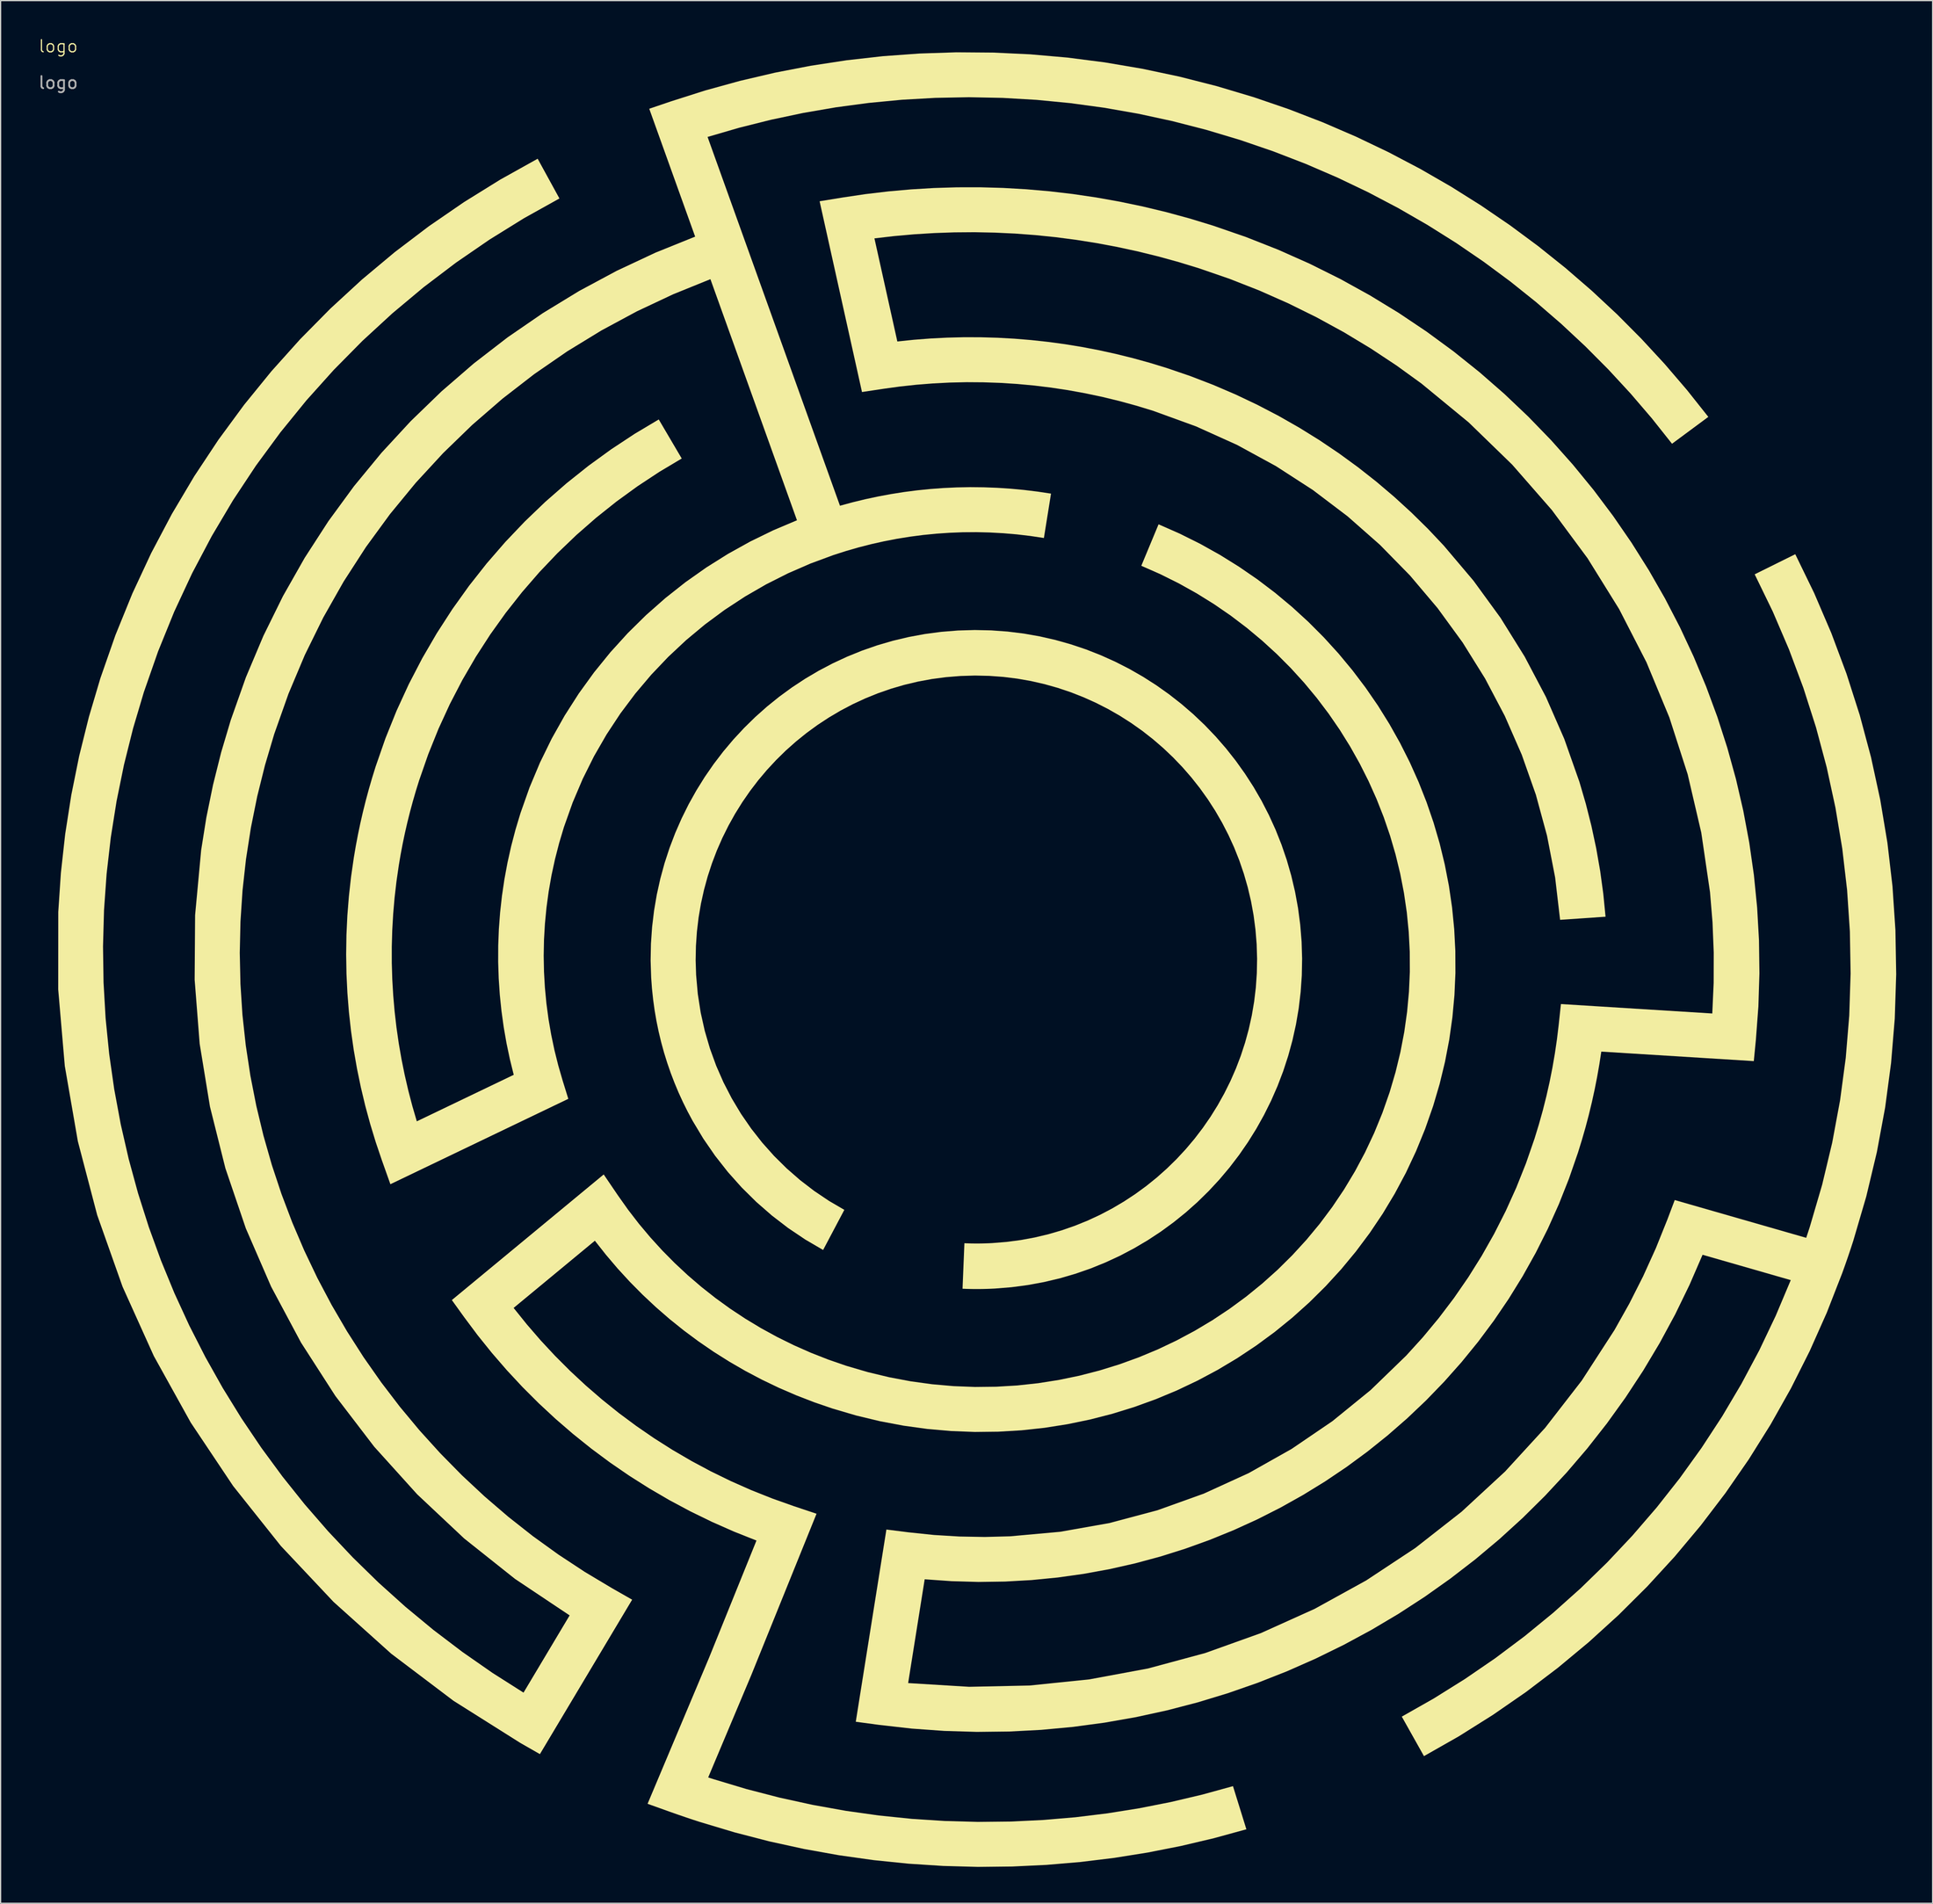
<source format=kicad_pcb>
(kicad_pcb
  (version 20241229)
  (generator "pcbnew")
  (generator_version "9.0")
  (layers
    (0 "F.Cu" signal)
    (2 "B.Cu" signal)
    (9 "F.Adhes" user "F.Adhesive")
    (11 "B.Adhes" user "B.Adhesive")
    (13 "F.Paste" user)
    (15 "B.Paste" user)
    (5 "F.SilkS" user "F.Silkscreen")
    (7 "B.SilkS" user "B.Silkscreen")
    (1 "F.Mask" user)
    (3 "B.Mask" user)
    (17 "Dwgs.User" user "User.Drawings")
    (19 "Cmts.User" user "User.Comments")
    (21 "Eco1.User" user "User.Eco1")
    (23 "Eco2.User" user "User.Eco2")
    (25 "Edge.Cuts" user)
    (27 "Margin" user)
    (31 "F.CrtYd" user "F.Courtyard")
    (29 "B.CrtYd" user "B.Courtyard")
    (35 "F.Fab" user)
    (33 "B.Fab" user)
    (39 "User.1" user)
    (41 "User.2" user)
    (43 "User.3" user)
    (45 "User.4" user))
  (footprint "logo"
    (layer "F.Cu")
    (at 1.744 1.26)
    (property "Reference" "logo" (at 0 -0.5 0) (unlocked yes) (layer "F.SilkS") (effects (font (size 1 1) (thickness 0.1))))
    (fp_poly (pts (xy 92.349 39.648) (xy 94.032 40.486) (xy 95.661 41.396) (xy 97.234 42.375) (xy 98.751 43.418) (xy 100.21 44.525) (xy 101.609 45.693) (xy 102.948 46.918) (xy 104.224 48.198) (xy 105.436 49.531) (xy 106.584 50.914) (xy 107.665 52.344) (xy 108.679 53.818) (xy 109.623 55.335) (xy 110.497 56.891) (xy 111.299 58.483) (xy 112.027 60.11) (xy 112.681 61.768) (xy 113.259 63.455) (xy 113.76 65.168) (xy 114.181 66.904) (xy 114.523 68.662) (xy 114.783 70.438) (xy 114.96 72.229) (xy 115.052 74.033) (xy 115.059 75.848) (xy 114.979 77.67) (xy 114.81 79.498) (xy 114.552 81.328) (xy 114.202 83.157) (xy 113.76 84.984) (xy 113.223 86.806) (xy 112.563 88.693) (xy 111.815 90.525) (xy 110.982 92.3) (xy 110.066 94.015) (xy 109.072 95.67) (xy 108.002 97.262) (xy 106.859 98.791) (xy 105.647 100.255) (xy 104.368 101.651) (xy 103.026 102.98) (xy 101.624 104.238) (xy 100.165 105.425) (xy 98.651 106.538) (xy 97.087 107.577) (xy 95.475 108.54) (xy 93.818 109.425) (xy 92.12 110.231) (xy 90.383 110.955) (xy 88.611 111.597) (xy 86.806 112.156) (xy 84.973 112.628) (xy 83.113 113.013) (xy 81.23 113.31) (xy 79.328 113.516) (xy 77.409 113.63) (xy 75.476 113.651) (xy 73.533 113.577) (xy 71.582 113.406) (xy 69.627 113.137) (xy 67.671 112.768) (xy 65.717 112.298) (xy 63.768 111.725) (xy 62.263 111.209) (xy 60.793 110.64) (xy 59.357 110.02) (xy 57.956 109.348) (xy 56.592 108.628) (xy 55.265 107.86) (xy 53.975 107.047) (xy 52.724 106.188) (xy 51.512 105.287) (xy 50.34 104.345) (xy 49.209 103.362) (xy 48.119 102.34) (xy 47.072 101.282) (xy 46.068 100.188) (xy 45.109 99.059) (xy 44.193 97.899) (xy 37.502 103.435) (xy 38.594 104.793) (xy 39.735 106.114) (xy 40.927 107.395) (xy 42.167 108.635) (xy 43.455 109.833) (xy 44.791 110.987) (xy 46.172 112.096) (xy 47.6 113.157) (xy 49.072 114.17) (xy 50.587 115.132) (xy 52.146 116.042) (xy 53.747 116.899) (xy 55.389 117.7) (xy 57.071 118.445) (xy 58.794 119.131) (xy 60.555 119.757) (xy 62.447 120.39) (xy 57.076 133.674) (xy 53.525 142.112) (xy 53.744 142.184) (xy 53.963 142.254) (xy 56.68 143.07) (xy 59.402 143.776) (xy 62.128 144.373) (xy 64.855 144.863) (xy 67.581 145.247) (xy 70.302 145.526) (xy 73.017 145.701) (xy 75.723 145.774) (xy 78.417 145.747) (xy 81.097 145.619) (xy 83.761 145.393) (xy 86.405 145.07) (xy 89.028 144.651) (xy 91.626 144.137) (xy 94.198 143.53) (xy 96.741 142.831) (xy 97.845 146.383) (xy 95.169 147.118) (xy 92.462 147.757) (xy 89.728 148.297) (xy 86.968 148.738) (xy 84.185 149.078) (xy 81.382 149.316) (xy 78.561 149.45) (xy 75.726 149.48) (xy 72.879 149.403) (xy 70.022 149.218) (xy 67.158 148.925) (xy 64.29 148.521) (xy 61.421 148.006) (xy 58.553 147.378) (xy 55.689 146.635) (xy 52.832 145.777) (xy 52.22 145.578) (xy 51.61 145.373) (xy 51.003 145.165) (xy 50.399 144.952) (xy 48.534 144.284) (xy 53.598 132.249) (xy 57.501 122.597) (xy 55.644 121.859) (xy 53.831 121.057) (xy 52.06 120.194) (xy 50.334 119.271) (xy 48.654 118.29) (xy 47.019 117.254) (xy 45.432 116.163) (xy 43.893 115.019) (xy 42.403 113.824) (xy 40.963 112.581) (xy 39.573 111.29) (xy 38.235 109.953) (xy 36.95 108.572) (xy 35.719 107.149) (xy 34.542 105.686) (xy 33.421 104.184) (xy 32.416 102.787) (xy 44.921 92.44) (xy 46.092 94.165) (xy 46.932 95.35) (xy 47.82 96.502) (xy 48.757 97.618) (xy 49.741 98.699) (xy 50.771 99.741) (xy 51.846 100.744) (xy 52.966 101.705) (xy 54.129 102.623) (xy 55.335 103.496) (xy 56.583 104.322) (xy 57.872 105.1) (xy 59.201 105.827) (xy 60.569 106.503) (xy 61.975 107.125) (xy 63.419 107.692) (xy 64.899 108.203) (xy 66.663 108.721) (xy 68.431 109.146) (xy 70.2 109.48) (xy 71.969 109.723) (xy 73.734 109.878) (xy 75.492 109.945) (xy 77.241 109.926) (xy 78.977 109.823) (xy 80.699 109.636) (xy 82.402 109.368) (xy 84.084 109.02) (xy 85.743 108.592) (xy 87.376 108.087) (xy 88.979 107.506) (xy 90.551 106.851) (xy 92.087 106.122) (xy 93.586 105.321) (xy 95.045 104.45) (xy 96.46 103.51) (xy 97.83 102.502) (xy 99.15 101.428) (xy 100.419 100.29) (xy 101.633 99.088) (xy 102.79 97.824) (xy 103.887 96.5) (xy 104.92 95.117) (xy 105.889 93.676) (xy 106.788 92.179) (xy 107.616 90.627) (xy 108.37 89.022) (xy 109.048 87.364) (xy 109.645 85.657) (xy 109.645 85.657) (xy 110.13 84.009) (xy 110.53 82.356) (xy 110.847 80.701) (xy 111.08 79.045) (xy 111.233 77.392) (xy 111.306 75.743) (xy 111.299 74.101) (xy 111.215 72.469) (xy 111.055 70.848) (xy 110.82 69.241) (xy 110.511 67.651) (xy 110.13 66.08) (xy 109.677 64.53) (xy 109.154 63.004) (xy 108.563 61.504) (xy 107.904 60.032) (xy 107.178 58.591) (xy 106.388 57.183) (xy 105.534 55.811) (xy 104.617 54.477) (xy 103.639 53.183) (xy 102.601 51.932) (xy 101.504 50.727) (xy 100.349 49.568) (xy 99.138 48.46) (xy 97.873 47.404) (xy 96.553 46.402) (xy 95.181 45.458) (xy 93.757 44.573) (xy 92.284 43.75) (xy 90.761 42.991) (xy 89.192 42.298) (xy 90.613 38.882)) (stroke (width -0.000001) (type solid)) (fill yes) (layer "F.SilkS"))
    (fp_poly (pts (xy 76.84 47.62) (xy 78.19 47.718) (xy 79.522 47.884) (xy 80.835 48.116) (xy 82.126 48.411) (xy 83.394 48.769) (xy 84.638 49.187) (xy 85.854 49.665) (xy 87.043 50.2) (xy 88.201 50.791) (xy 89.327 51.436) (xy 90.419 52.134) (xy 91.476 52.884) (xy 92.495 53.682) (xy 93.475 54.528) (xy 94.415 55.421) (xy 95.312 56.358) (xy 96.164 57.338) (xy 96.97 58.36) (xy 97.728 59.422) (xy 98.437 60.521) (xy 99.094 61.657) (xy 99.697 62.829) (xy 100.246 64.033) (xy 100.737 65.269) (xy 101.17 66.536) (xy 101.542 67.831) (xy 101.853 69.152) (xy 102.099 70.499) (xy 102.279 71.87) (xy 102.392 73.263) (xy 102.435 74.66) (xy 102.409 76.042) (xy 102.314 77.408) (xy 102.154 78.756) (xy 101.928 80.083) (xy 101.639 81.389) (xy 101.288 82.672) (xy 100.878 83.929) (xy 100.409 85.159) (xy 99.883 86.36) (xy 99.301 87.531) (xy 98.666 88.669) (xy 97.979 89.772) (xy 97.241 90.84) (xy 96.454 91.87) (xy 95.62 92.86) (xy 94.74 93.808) (xy 93.816 94.714) (xy 92.85 95.574) (xy 91.842 96.387) (xy 90.795 97.152) (xy 89.71 97.866) (xy 88.588 98.528) (xy 87.433 99.136) (xy 86.243 99.688) (xy 85.023 100.183) (xy 83.772 100.618) (xy 82.494 100.992) (xy 81.188 101.302) (xy 79.858 101.548) (xy 78.503 101.728) (xy 77.127 101.839) (xy 76.793 101.855) (xy 76.459 101.867) (xy 76.125 101.875) (xy 75.793 101.879) (xy 75.461 101.879) (xy 75.13 101.874) (xy 74.8 101.866) (xy 74.471 101.853) (xy 74.625 98.105) (xy 74.909 98.116) (xy 75.193 98.124) (xy 75.479 98.127) (xy 75.765 98.128) (xy 76.052 98.124) (xy 76.34 98.117) (xy 76.628 98.107) (xy 76.918 98.093) (xy 78.104 97.997) (xy 79.271 97.843) (xy 80.417 97.631) (xy 81.542 97.363) (xy 82.644 97.041) (xy 83.722 96.666) (xy 84.774 96.24) (xy 85.799 95.764) (xy 86.795 95.24) (xy 87.761 94.669) (xy 88.696 94.054) (xy 89.599 93.395) (xy 90.467 92.694) (xy 91.3 91.952) (xy 92.097 91.172) (xy 92.855 90.355) (xy 93.574 89.502) (xy 94.252 88.614) (xy 94.888 87.694) (xy 95.48 86.743) (xy 96.027 85.762) (xy 96.528 84.754) (xy 96.982 83.718) (xy 97.386 82.658) (xy 97.74 81.575) (xy 98.042 80.47) (xy 98.291 79.344) (xy 98.485 78.2) (xy 98.624 77.038) (xy 98.705 75.861) (xy 98.728 74.67) (xy 98.691 73.466) (xy 98.691 73.466) (xy 98.593 72.266) (xy 98.438 71.085) (xy 98.226 69.924) (xy 97.958 68.785) (xy 97.637 67.669) (xy 97.264 66.577) (xy 96.841 65.512) (xy 96.368 64.474) (xy 95.848 63.465) (xy 95.282 62.485) (xy 94.672 61.538) (xy 94.018 60.623) (xy 93.324 59.743) (xy 92.589 58.898) (xy 91.816 58.09) (xy 91.006 57.321) (xy 90.162 56.592) (xy 89.283 55.903) (xy 88.372 55.258) (xy 87.431 54.656) (xy 86.461 54.1) (xy 85.463 53.591) (xy 84.439 53.13) (xy 83.39 52.718) (xy 82.318 52.357) (xy 81.225 52.049) (xy 80.113 51.794) (xy 78.981 51.595) (xy 77.833 51.452) (xy 76.67 51.367) (xy 75.493 51.341) (xy 74.303 51.376) (xy 73.117 51.472) (xy 71.95 51.626) (xy 70.803 51.838) (xy 69.678 52.106) (xy 68.576 52.428) (xy 67.499 52.803) (xy 66.447 53.229) (xy 65.422 53.705) (xy 64.426 54.229) (xy 63.46 54.8) (xy 62.524 55.415) (xy 61.622 56.074) (xy 60.754 56.775) (xy 59.92 57.516) (xy 59.124 58.297) (xy 58.366 59.114) (xy 57.647 59.967) (xy 56.969 60.855) (xy 56.333 61.775) (xy 55.741 62.726) (xy 55.194 63.707) (xy 54.693 64.715) (xy 54.239 65.75) (xy 53.835 66.811) (xy 53.481 67.894) (xy 53.179 68.999) (xy 52.93 70.125) (xy 52.735 71.269) (xy 52.597 72.431) (xy 52.516 73.608) (xy 52.493 74.799) (xy 52.53 76.002) (xy 52.669 77.572) (xy 52.908 79.108) (xy 53.242 80.607) (xy 53.669 82.067) (xy 54.184 83.484) (xy 54.785 84.855) (xy 55.468 86.178) (xy 56.229 87.448) (xy 57.066 88.662) (xy 57.974 89.819) (xy 58.95 90.914) (xy 59.992 91.944) (xy 61.094 92.906) (xy 62.255 93.798) (xy 63.47 94.616) (xy 64.736 95.356) (xy 62.989 98.661) (xy 61.522 97.802) (xy 60.113 96.855) (xy 58.768 95.821) (xy 57.489 94.705) (xy 56.281 93.51) (xy 55.148 92.24) (xy 54.095 90.899) (xy 53.124 89.489) (xy 52.24 88.016) (xy 51.832 87.256) (xy 51.447 86.481) (xy 51.086 85.693) (xy 50.75 84.89) (xy 50.438 84.074) (xy 50.151 83.245) (xy 49.89 82.404) (xy 49.656 81.551) (xy 49.448 80.686) (xy 49.268 79.811) (xy 49.115 78.924) (xy 48.991 78.028) (xy 48.895 77.121) (xy 48.829 76.206) (xy 48.785 74.809) (xy 48.812 73.427) (xy 48.906 72.061) (xy 49.067 70.713) (xy 49.293 69.386) (xy 49.582 68.08) (xy 49.932 66.797) (xy 50.343 65.54) (xy 50.812 64.31) (xy 51.338 63.109) (xy 51.919 61.938) (xy 52.555 60.8) (xy 53.242 59.696) (xy 53.98 58.629) (xy 54.766 57.599) (xy 55.6 56.609) (xy 56.48 55.661) (xy 57.404 54.755) (xy 58.371 53.895) (xy 59.379 53.082) (xy 60.426 52.317) (xy 61.511 51.603) (xy 62.632 50.941) (xy 63.788 50.333) (xy 64.977 49.781) (xy 66.198 49.286) (xy 67.448 48.851) (xy 68.727 48.477) (xy 70.033 48.167) (xy 71.363 47.921) (xy 72.717 47.741) (xy 74.094 47.63) (xy 75.474 47.59)) (stroke (width -0.000001) (type solid)) (fill yes) (layer "F.SilkS"))
    (fp_poly (pts (xy 77.811 11.172) (xy 79.723 11.282) (xy 81.639 11.449) (xy 83.557 11.674) (xy 85.478 11.957) (xy 87.399 12.3) (xy 89.319 12.701) (xy 91.238 13.162) (xy 93.154 13.684) (xy 95.066 14.267) (xy 97.799 15.21) (xy 100.462 16.261) (xy 103.056 17.415) (xy 105.577 18.671) (xy 108.024 20.025) (xy 110.395 21.472) (xy 112.689 23.011) (xy 114.904 24.637) (xy 117.038 26.347) (xy 119.089 28.139) (xy 121.056 30.008) (xy 122.937 31.951) (xy 124.73 33.966) (xy 126.434 36.048) (xy 128.046 38.195) (xy 129.565 40.403) (xy 130.989 42.668) (xy 132.317 44.988) (xy 133.547 47.36) (xy 134.676 49.779) (xy 135.704 52.243) (xy 136.629 54.747) (xy 137.448 57.29) (xy 138.161 59.868) (xy 138.764 62.476) (xy 139.258 65.113) (xy 139.639 67.774) (xy 139.906 70.457) (xy 140.058 73.158) (xy 140.093 75.873) (xy 140.008 78.6) (xy 139.803 81.335) (xy 139.631 83.102) (xy 127.073 82.32) (xy 126.912 83.362) (xy 126.729 84.404) (xy 126.524 85.445) (xy 126.296 86.486) (xy 126.045 87.526) (xy 125.771 88.565) (xy 125.473 89.602) (xy 125.153 90.637) (xy 124.41 92.785) (xy 123.581 94.879) (xy 122.667 96.917) (xy 121.671 98.898) (xy 120.597 100.821) (xy 119.447 102.683) (xy 118.223 104.485) (xy 116.928 106.224) (xy 115.564 107.899) (xy 114.135 109.509) (xy 112.642 111.053) (xy 111.089 112.529) (xy 109.478 113.935) (xy 107.812 115.272) (xy 106.093 116.537) (xy 104.324 117.729) (xy 102.507 118.846) (xy 100.646 119.888) (xy 98.743 120.853) (xy 96.8 121.739) (xy 94.82 122.546) (xy 92.805 123.272) (xy 90.76 123.916) (xy 88.685 124.476) (xy 86.583 124.951) (xy 84.458 125.34) (xy 82.311 125.642) (xy 80.146 125.854) (xy 77.965 125.977) (xy 75.771 126.007) (xy 73.566 125.945) (xy 71.353 125.789) (xy 69.991 134.339) (xy 75.017 134.646) (xy 79.999 134.54) (xy 84.915 134.034) (xy 89.742 133.138) (xy 94.457 131.864) (xy 99.039 130.223) (xy 103.464 128.227) (xy 107.709 125.886) (xy 111.753 123.213) (xy 115.573 120.219) (xy 119.146 116.915) (xy 122.449 113.312) (xy 125.461 109.423) (xy 128.157 105.257) (xy 129.381 103.075) (xy 130.517 100.827) (xy 131.564 98.517) (xy 132.517 96.145) (xy 133.12 94.548) (xy 143.946 97.66) (xy 144.094 97.214) (xy 144.24 96.767) (xy 145.258 93.294) (xy 146.09 89.812) (xy 146.737 86.324) (xy 147.203 82.836) (xy 147.491 79.354) (xy 147.603 75.884) (xy 147.543 72.43) (xy 147.313 68.998) (xy 146.916 65.595) (xy 146.354 62.224) (xy 145.632 58.892) (xy 144.752 55.604) (xy 143.716 52.365) (xy 142.527 49.182) (xy 141.189 46.059) (xy 139.704 43.002) (xy 143.046 41.345) (xy 144.608 44.561) (xy 146.016 47.847) (xy 147.266 51.196) (xy 148.356 54.603) (xy 149.282 58.063) (xy 150.042 61.569) (xy 150.633 65.116) (xy 151.051 68.697) (xy 151.293 72.308) (xy 151.357 75.943) (xy 151.239 79.595) (xy 150.936 83.258) (xy 150.446 86.928) (xy 149.765 90.598) (xy 148.89 94.263) (xy 147.819 97.916) (xy 147.601 98.584) (xy 147.377 99.249) (xy 147.147 99.911) (xy 146.911 100.569) (xy 145.641 103.826) (xy 144.232 106.991) (xy 142.688 110.062) (xy 141.015 113.037) (xy 139.215 115.912) (xy 137.295 118.687) (xy 135.259 121.358) (xy 133.112 123.923) (xy 130.857 126.38) (xy 128.5 128.727) (xy 126.046 130.961) (xy 123.498 133.079) (xy 120.862 135.081) (xy 118.142 136.962) (xy 115.343 138.722) (xy 112.469 140.357) (xy 110.643 137.103) (xy 113.275 135.609) (xy 115.841 134.004) (xy 118.337 132.293) (xy 120.76 130.476) (xy 123.105 128.555) (xy 125.368 126.532) (xy 127.547 124.41) (xy 129.636 122.19) (xy 131.633 119.874) (xy 133.532 117.464) (xy 135.33 114.962) (xy 137.024 112.371) (xy 138.609 109.691) (xy 140.082 106.926) (xy 141.438 104.076) (xy 142.674 101.144) (xy 135.412 99.056) (xy 134.332 101.545) (xy 133.155 103.967) (xy 131.883 106.32) (xy 130.52 108.602) (xy 129.069 110.813) (xy 127.533 112.95) (xy 125.914 115.013) (xy 124.216 116.999) (xy 122.442 118.907) (xy 120.595 120.736) (xy 118.678 122.484) (xy 116.694 124.149) (xy 114.646 125.73) (xy 112.537 127.226) (xy 110.37 128.635) (xy 108.147 129.955) (xy 105.873 131.185) (xy 103.551 132.323) (xy 101.182 133.369) (xy 98.77 134.319) (xy 96.319 135.173) (xy 93.831 135.93) (xy 91.309 136.587) (xy 88.757 137.144) (xy 86.177 137.598) (xy 83.572 137.948) (xy 80.946 138.193) (xy 78.301 138.331) (xy 75.64 138.36) (xy 72.967 138.28) (xy 70.285 138.088) (xy 67.596 137.783) (xy 65.679 137.525) (xy 68.201 121.69) (xy 69.996 121.917) (xy 72.106 122.138) (xy 74.209 122.266) (xy 76.304 122.303) (xy 78.388 122.249) (xy 82.512 121.876) (xy 86.56 121.159) (xy 90.512 120.106) (xy 94.345 118.73) (xy 98.039 117.041) (xy 101.573 115.049) (xy 104.927 112.765) (xy 108.079 110.2) (xy 111.007 107.363) (xy 112.382 105.847) (xy 113.692 104.266) (xy 114.937 102.624) (xy 116.113 100.92) (xy 117.217 99.156) (xy 118.247 97.334) (xy 119.2 95.455) (xy 120.074 93.52) (xy 120.867 91.53) (xy 121.574 89.488) (xy 121.931 88.324) (xy 122.257 87.159) (xy 122.551 85.992) (xy 122.814 84.824) (xy 123.046 83.655) (xy 123.248 82.486) (xy 123.419 81.317) (xy 123.56 80.149) (xy 123.748 78.402) (xy 136.212 79.179) (xy 136.325 76.663) (xy 136.331 74.157) (xy 136.231 71.663) (xy 136.025 69.184) (xy 135.306 64.283) (xy 134.186 59.478) (xy 132.677 54.792) (xy 130.792 50.248) (xy 128.543 45.87) (xy 125.942 41.681) (xy 123.001 37.705) (xy 119.733 33.965) (xy 116.149 30.484) (xy 112.263 27.286) (xy 110.21 25.8) (xy 108.086 24.394) (xy 105.893 23.07) (xy 103.631 21.832) (xy 101.303 20.682) (xy 98.91 19.622) (xy 96.453 18.657) (xy 93.935 17.789) (xy 92.258 17.276) (xy 90.579 16.813) (xy 88.897 16.4) (xy 87.214 16.035) (xy 85.53 15.719) (xy 83.847 15.451) (xy 82.164 15.231) (xy 80.484 15.058) (xy 78.807 14.932) (xy 77.133 14.853) (xy 75.464 14.819) (xy 73.8 14.831) (xy 72.143 14.889) (xy 70.492 14.991) (xy 68.849 15.137) (xy 67.215 15.327) (xy 69.101 23.82) (xy 70.462 23.679) (xy 71.829 23.574) (xy 73.202 23.504) (xy 74.581 23.47) (xy 75.964 23.473) (xy 77.351 23.513) (xy 78.741 23.59) (xy 80.134 23.705) (xy 81.529 23.857) (xy 82.926 24.047) (xy 84.323 24.276) (xy 85.72 24.544) (xy 87.116 24.851) (xy 88.511 25.197) (xy 89.905 25.583) (xy 91.295 26.009) (xy 93.223 26.668) (xy 95.108 27.394) (xy 96.95 28.184) (xy 98.748 29.038) (xy 100.501 29.952) (xy 102.208 30.926) (xy 103.868 31.957) (xy 105.48 33.044) (xy 107.044 34.185) (xy 108.558 35.377) (xy 110.021 36.621) (xy 111.433 37.913) (xy 112.793 39.251) (xy 114.099 40.635) (xy 116.548 43.53) (xy 118.772 46.584) (xy 120.763 49.783) (xy 122.516 53.111) (xy 124.021 56.556) (xy 125.271 60.102) (xy 125.799 61.909) (xy 126.26 63.735) (xy 126.654 65.58) (xy 126.98 67.442) (xy 127.236 69.318) (xy 127.422 71.207) (xy 123.68 71.464) (xy 123.27 67.969) (xy 122.602 64.53) (xy 121.684 61.158) (xy 120.524 57.868) (xy 119.127 54.672) (xy 117.501 51.584) (xy 115.653 48.617) (xy 113.589 45.784) (xy 111.318 43.098) (xy 108.844 40.572) (xy 106.177 38.221) (xy 103.321 36.056) (xy 100.286 34.092) (xy 97.076 32.34) (xy 93.7 30.816) (xy 90.164 29.531) (xy 88.768 29.105) (xy 87.369 28.723) (xy 85.969 28.383) (xy 84.567 28.087) (xy 83.165 27.832) (xy 81.764 27.62) (xy 80.364 27.449) (xy 78.966 27.32) (xy 77.57 27.231) (xy 76.178 27.183) (xy 74.791 27.174) (xy 73.409 27.205) (xy 72.032 27.276) (xy 70.662 27.385) (xy 69.299 27.533) (xy 67.945 27.719) (xy 66.191 27.985) (xy 62.701 12.27) (xy 64.632 11.955) (xy 66.485 11.68) (xy 68.35 11.459) (xy 70.226 11.292) (xy 72.111 11.179) (xy 74.004 11.121) (xy 75.905 11.118)) (stroke (width -0.000001) (type solid)) (fill yes) (layer "F.SilkS"))
    (fp_poly (pts (xy 76.994 0.022) (xy 80.05 0.166) (xy 83.114 0.434) (xy 86.185 0.829) (xy 89.258 1.351) (xy 92.331 2.002) (xy 95.399 2.784) (xy 98.46 3.699) (xy 101.332 4.683) (xy 104.14 5.768) (xy 106.881 6.952) (xy 109.556 8.231) (xy 112.163 9.603) (xy 114.699 11.065) (xy 117.163 12.615) (xy 119.555 14.249) (xy 121.872 15.965) (xy 124.114 17.76) (xy 126.278 19.631) (xy 128.363 21.575) (xy 130.367 23.591) (xy 132.29 25.673) (xy 134.13 27.821) (xy 135.885 30.032) (xy 132.896 32.246) (xy 131.229 30.145) (xy 129.48 28.104) (xy 127.653 26.125) (xy 125.748 24.21) (xy 123.767 22.362) (xy 121.711 20.584) (xy 119.581 18.879) (xy 117.379 17.248) (xy 115.106 15.695) (xy 112.764 14.223) (xy 110.354 12.833) (xy 107.877 11.529) (xy 105.334 10.313) (xy 102.728 9.188) (xy 100.059 8.157) (xy 97.329 7.221) (xy 94.54 6.385) (xy 91.745 5.665) (xy 88.946 5.059) (xy 86.146 4.567) (xy 83.348 4.186) (xy 80.555 3.915) (xy 77.769 3.753) (xy 74.993 3.699) (xy 72.23 3.751) (xy 69.482 3.907) (xy 66.753 4.168) (xy 64.045 4.53) (xy 61.36 4.992) (xy 58.701 5.555) (xy 56.072 6.214) (xy 53.474 6.971) (xy 64.377 37.352) (xy 65.416 37.069) (xy 66.464 36.815) (xy 67.52 36.589) (xy 68.585 36.391) (xy 69.656 36.222) (xy 70.734 36.083) (xy 71.819 35.973) (xy 72.909 35.892) (xy 74.003 35.842) (xy 75.103 35.822) (xy 76.206 35.833) (xy 77.312 35.874) (xy 78.421 35.947) (xy 79.532 36.051) (xy 80.644 36.187) (xy 81.757 36.354) (xy 81.171 40.009) (xy 80.055 39.842) (xy 78.941 39.711) (xy 77.828 39.616) (xy 76.718 39.555) (xy 75.611 39.528) (xy 74.507 39.536) (xy 73.409 39.578) (xy 72.315 39.653) (xy 71.228 39.761) (xy 70.147 39.901) (xy 69.074 40.074) (xy 68.009 40.28) (xy 66.952 40.516) (xy 65.905 40.785) (xy 64.868 41.084) (xy 63.842 41.413) (xy 61.947 42.114) (xy 60.098 42.919) (xy 58.3 43.826) (xy 56.557 44.833) (xy 54.873 45.937) (xy 53.255 47.135) (xy 51.705 48.426) (xy 50.23 49.808) (xy 48.833 51.277) (xy 47.52 52.831) (xy 46.294 54.468) (xy 45.161 56.187) (xy 44.125 57.983) (xy 43.191 59.856) (xy 42.364 61.802) (xy 41.647 63.819) (xy 41.251 65.142) (xy 40.91 66.468) (xy 40.622 67.796) (xy 40.389 69.125) (xy 40.209 70.454) (xy 40.081 71.781) (xy 40.004 73.106) (xy 39.979 74.427) (xy 40.004 75.742) (xy 40.079 77.051) (xy 40.203 78.352) (xy 40.376 79.645) (xy 40.597 80.927) (xy 40.864 82.199) (xy 41.178 83.457) (xy 41.538 84.702) (xy 42.005 86.21) (xy 27.354 93.244) (xy 26.65 91.262) (xy 26.15 89.784) (xy 25.695 88.289) (xy 25.285 86.781) (xy 24.922 85.258) (xy 24.605 83.724) (xy 24.335 82.178) (xy 24.113 80.622) (xy 23.939 79.057) (xy 23.814 77.484) (xy 23.738 75.903) (xy 23.711 74.316) (xy 23.735 72.724) (xy 23.81 71.127) (xy 23.937 69.528) (xy 24.115 67.926) (xy 24.346 66.324) (xy 24.505 65.386) (xy 24.683 64.448) (xy 24.879 63.511) (xy 25.094 62.574) (xy 25.327 61.639) (xy 25.579 60.704) (xy 25.85 59.771) (xy 26.139 58.839) (xy 26.949 56.51) (xy 27.861 54.246) (xy 28.872 52.048) (xy 29.978 49.917) (xy 31.176 47.856) (xy 32.462 45.866) (xy 33.833 43.948) (xy 35.286 42.105) (xy 36.818 40.338) (xy 38.425 38.649) (xy 40.103 37.039) (xy 41.85 35.511) (xy 43.662 34.065) (xy 45.535 32.705) (xy 47.467 31.43) (xy 49.454 30.244) (xy 51.346 33.461) (xy 49.503 34.561) (xy 47.71 35.744) (xy 45.972 37.006) (xy 44.291 38.347) (xy 42.671 39.765) (xy 41.114 41.258) (xy 39.623 42.825) (xy 38.203 44.464) (xy 36.855 46.174) (xy 35.583 47.952) (xy 34.39 49.799) (xy 33.279 51.711) (xy 32.253 53.688) (xy 31.316 55.727) (xy 30.47 57.828) (xy 29.718 59.988) (xy 29.449 60.854) (xy 29.198 61.721) (xy 28.964 62.589) (xy 28.747 63.457) (xy 28.548 64.326) (xy 28.366 65.196) (xy 28.201 66.066) (xy 28.053 66.936) (xy 27.857 68.287) (xy 27.7 69.637) (xy 27.584 70.986) (xy 27.507 72.332) (xy 27.469 73.676) (xy 27.47 75.016) (xy 27.509 76.352) (xy 27.587 77.682) (xy 27.702 79.007) (xy 27.854 80.326) (xy 28.043 81.638) (xy 28.269 82.941) (xy 28.531 84.236) (xy 28.828 85.522) (xy 29.161 86.798) (xy 29.53 88.064) (xy 37.512 84.232) (xy 37.192 82.935) (xy 36.917 81.627) (xy 36.687 80.308) (xy 36.503 78.978) (xy 36.365 77.641) (xy 36.274 76.295) (xy 36.23 74.944) (xy 36.234 73.586) (xy 36.287 72.225) (xy 36.39 70.861) (xy 36.542 69.494) (xy 36.744 68.127) (xy 36.997 66.759) (xy 37.302 65.394) (xy 37.659 64.03) (xy 38.069 62.67) (xy 38.816 60.555) (xy 39.674 58.511) (xy 40.638 56.539) (xy 41.704 54.642) (xy 42.867 52.823) (xy 44.124 51.084) (xy 45.469 49.426) (xy 46.898 47.852) (xy 48.407 46.364) (xy 49.992 44.965) (xy 51.647 43.656) (xy 53.37 42.44) (xy 55.154 41.319) (xy 56.996 40.296) (xy 58.892 39.372) (xy 60.836 38.549) (xy 53.709 18.687) (xy 50.64 19.932) (xy 47.648 21.34) (xy 44.739 22.908) (xy 41.922 24.631) (xy 39.202 26.507) (xy 36.588 28.531) (xy 34.086 30.7) (xy 31.703 33.011) (xy 29.446 35.459) (xy 27.323 38.042) (xy 25.341 40.755) (xy 23.506 43.596) (xy 21.827 46.56) (xy 20.309 49.644) (xy 18.961 52.844) (xy 17.789 56.157) (xy 17.027 58.726) (xy 16.386 61.302) (xy 15.866 63.882) (xy 15.464 66.463) (xy 15.178 69.043) (xy 15.008 71.617) (xy 14.951 74.183) (xy 15.006 76.737) (xy 15.17 79.278) (xy 15.444 81.8) (xy 15.824 84.302) (xy 16.31 86.78) (xy 16.899 89.231) (xy 17.59 91.652) (xy 18.382 94.04) (xy 19.272 96.391) (xy 20.26 98.703) (xy 21.343 100.973) (xy 22.519 103.196) (xy 23.788 105.371) (xy 25.147 107.494) (xy 26.596 109.562) (xy 28.131 111.572) (xy 29.752 113.52) (xy 31.458 115.404) (xy 33.245 117.221) (xy 35.114 118.966) (xy 37.061 120.638) (xy 39.086 122.234) (xy 41.187 123.749) (xy 43.362 125.181) (xy 45.609 126.526) (xy 47.263 127.469) (xy 39.667 140.192) (xy 38.056 139.27) (xy 32.554 135.8) (xy 27.422 131.918) (xy 22.676 127.654) (xy 18.331 123.038) (xy 14.405 118.103) (xy 10.914 112.878) (xy 7.873 107.396) (xy 5.299 101.687) (xy 3.209 95.781) (xy 1.618 89.711) (xy 0.543 83.507) (xy 0 77.199) (xy 0.005 70.82) (xy 0.219 67.613) (xy 0.575 64.4) (xy 1.077 61.184) (xy 1.726 57.969) (xy 2.524 54.76) (xy 3.473 51.56) (xy 4.708 48.022) (xy 6.104 44.587) (xy 7.656 41.256) (xy 9.358 38.033) (xy 11.205 34.92) (xy 13.191 31.921) (xy 15.31 29.037) (xy 17.558 26.273) (xy 19.928 23.63) (xy 22.415 21.111) (xy 25.013 18.719) (xy 27.717 16.458) (xy 30.522 14.329) (xy 33.421 12.336) (xy 36.41 10.481) (xy 39.482 8.767) (xy 41.275 12.039) (xy 38.354 13.668) (xy 35.513 15.431) (xy 32.758 17.325) (xy 30.092 19.349) (xy 27.522 21.498) (xy 25.052 23.771) (xy 22.689 26.165) (xy 20.436 28.676) (xy 18.301 31.304) (xy 16.286 34.044) (xy 14.399 36.895) (xy 12.644 39.853) (xy 11.027 42.916) (xy 9.552 46.082) (xy 8.226 49.347) (xy 7.052 52.709) (xy 6.165 55.693) (xy 5.417 58.686) (xy 4.806 61.683) (xy 4.329 64.683) (xy 3.985 67.68) (xy 3.772 70.671) (xy 3.689 73.654) (xy 3.733 76.624) (xy 3.903 79.579) (xy 4.197 82.513) (xy 4.613 85.425) (xy 5.149 88.311) (xy 5.804 91.167) (xy 6.575 93.99) (xy 7.461 96.775) (xy 8.46 99.521) (xy 9.57 102.222) (xy 10.79 104.877) (xy 12.117 107.48) (xy 13.549 110.03) (xy 15.086 112.521) (xy 16.724 114.952) (xy 18.463 117.318) (xy 20.299 119.616) (xy 22.233 121.842) (xy 24.261 123.993) (xy 26.382 126.065) (xy 28.594 128.055) (xy 30.896 129.96) (xy 33.285 131.775) (xy 35.759 133.499) (xy 38.318 135.126) (xy 42.115 128.764) (xy 37.62 125.76) (xy 33.431 122.427) (xy 29.56 118.788) (xy 26.022 114.868) (xy 22.829 110.693) (xy 19.994 106.288) (xy 17.531 101.676) (xy 15.451 96.884) (xy 13.769 91.935) (xy 12.497 86.855) (xy 11.648 81.669) (xy 11.236 76.4) (xy 11.273 71.075) (xy 11.772 65.718) (xy 12.199 63.036) (xy 12.747 60.354) (xy 13.416 57.677) (xy 14.21 55.008) (xy 15.457 51.483) (xy 16.893 48.078) (xy 18.508 44.798) (xy 20.297 41.645) (xy 22.25 38.624) (xy 24.361 35.738) (xy 26.622 32.992) (xy 29.025 30.389) (xy 31.563 27.933) (xy 34.227 25.628) (xy 37.011 23.478) (xy 39.906 21.487) (xy 42.905 19.657) (xy 46.001 17.995) (xy 49.186 16.502) (xy 52.451 15.183) (xy 48.671 4.649) (xy 50.442 4.047) (xy 53.269 3.146) (xy 56.134 2.355) (xy 59.034 1.675) (xy 61.966 1.108) (xy 64.927 0.655) (xy 67.914 0.318) (xy 70.923 0.1) (xy 73.951 0)) (stroke (width -0.000001) (type solid)) (fill yes) (layer "F.SilkS"))
    (fp_text user "${REFERENCE}" (at 0 2.5 0) (unlocked yes) (layer "F.Fab") (effects (font (size 1 1) (thickness 0.15)))))
  (gr_rect
    (start -3 -3)
    (end 156.101 153.74)
    (stroke (width 0.1) (type default))
    (fill no)
    (layer "Edge.Cuts")))
</source>
